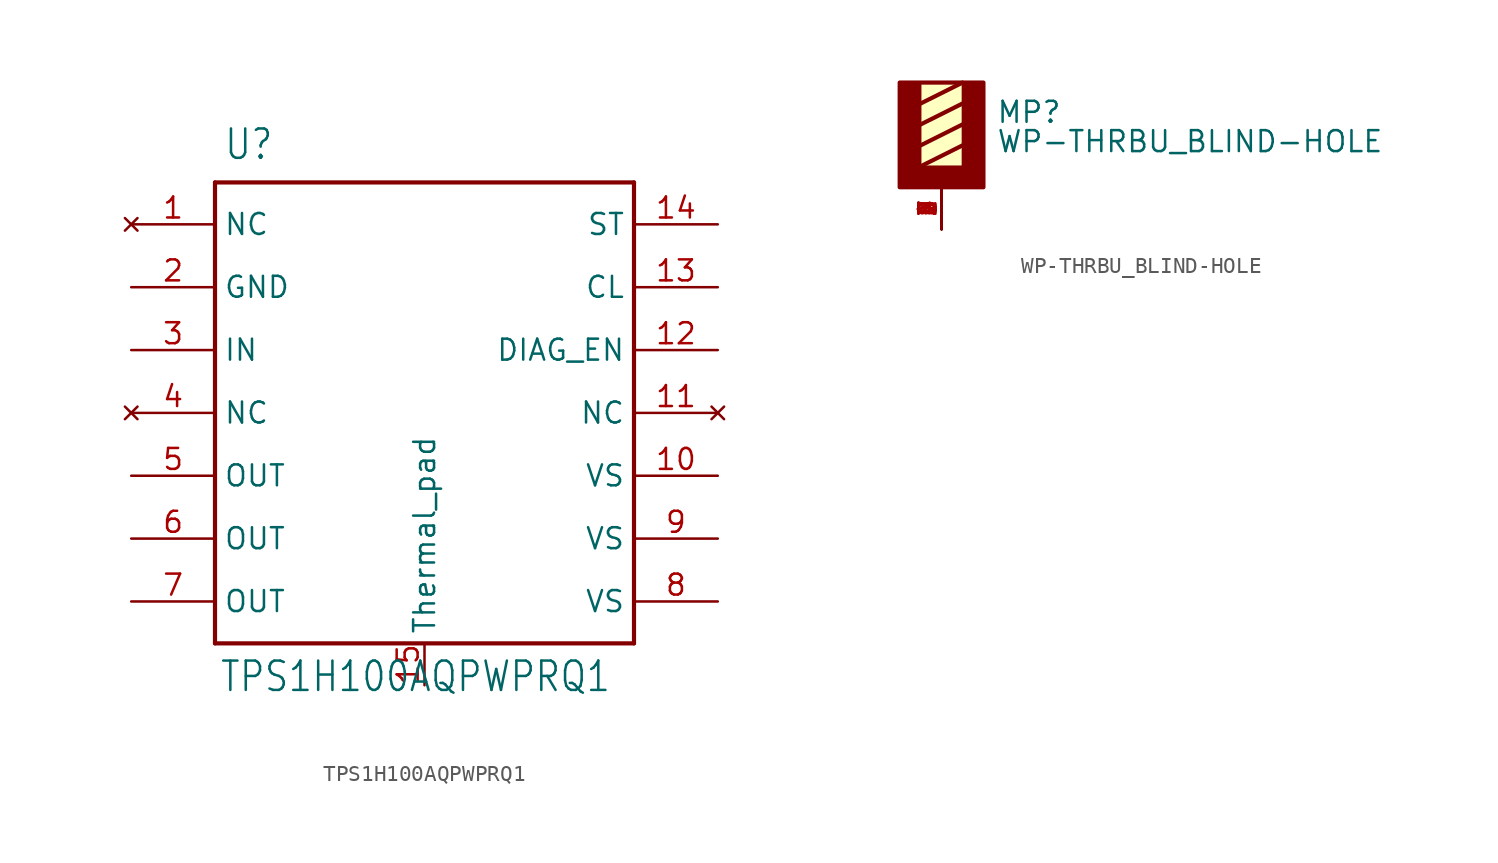
<source format=kicad_sym>
(kicad_symbol_lib
  (version 20231120)
  (generator "kicad_symbol_editor")
  (generator_version "8.0")
  (symbol "TPS1H100AQPWPRQ1"
    (property "Reference" "U"
      (at -12.192 24.13 0)
      (effects (font (size 1.778 1.511)) (justify left bottom)))
    (property "Value" "TPS1H100AQPWPRQ1"
      (at -12.446 -8.128 0)
      (effects (font (size 1.778 1.511)) (justify left bottom)))
    (symbol "TPS1H100AQPWPRQ1_1_0"
      (polyline (pts (xy -12.7 -5.08) (xy -12.7 22.86)) (stroke (width 0.254) (type solid)) (fill (type none)))
      (polyline (pts (xy -12.7 22.86) (xy 12.7 22.86)) (stroke (width 0.254) (type solid)) (fill (type none)))
      (polyline (pts (xy 12.7 -5.08) (xy -12.7 -5.08)) (stroke (width 0.254) (type solid)) (fill (type none)))
      (polyline (pts (xy 12.7 22.86) (xy 12.7 -5.08)) (stroke (width 0.254) (type solid)) (fill (type none)))
      (pin power_in line (at 17.78 5.08 180) (length 5.08) (name "VS" (effects (font (size 1.27 1.27)))) (number "10" (effects (font (size 1.27 1.27)))))
      (pin no_connect line (at 17.78 8.89 180) (length 5.08) (name "NC" (effects (font (size 1.27 1.27)))) (number "11" (effects (font (size 1.27 1.27)))))
      (pin input line (at 17.78 12.7 180) (length 5.08) (name "DIAG_EN" (effects (font (size 1.27 1.27)))) (number "12" (effects (font (size 1.27 1.27)))))
      (pin input line (at 17.78 16.51 180) (length 5.08) (name "CL" (effects (font (size 1.27 1.27)))) (number "13" (effects (font (size 1.27 1.27)))))
      (pin input line (at 17.78 20.32 180) (length 5.08) (name "ST" (effects (font (size 1.27 1.27)))) (number "14" (effects (font (size 1.27 1.27)))))
      (pin input line (at -17.78 12.7 0) (length 5.08) (name "IN" (effects (font (size 1.27 1.27)))) (number "3" (effects (font (size 1.27 1.27)))))
      (pin power_out line (at -17.78 5.08 0) (length 5.08) (name "OUT" (effects (font (size 1.27 1.27)))) (number "5" (effects (font (size 1.27 1.27)))))
      (pin power_out line (at -17.78 1.27 0) (length 5.08) (name "OUT" (effects (font (size 1.27 1.27)))) (number "6" (effects (font (size 1.27 1.27)))))
      (pin power_out line (at -17.78 -2.54 0) (length 5.08) (name "OUT" (effects (font (size 1.27 1.27)))) (number "7" (effects (font (size 1.27 1.27)))))
      (pin power_in line (at 17.78 -2.54 180) (length 5.08) (name "VS" (effects (font (size 1.27 1.27)))) (number "8" (effects (font (size 1.27 1.27)))))
      (pin power_in line (at 17.78 1.27 180) (length 5.08) (name "VS" (effects (font (size 1.27 1.27)))) (number "9" (effects (font (size 1.27 1.27))))))
    (symbol "TPS1H100AQPWPRQ1_1_1"
      (pin no_connect line (at -17.78 20.32 0) (length 5.08) (name "NC" (effects (font (size 1.27 1.27)))) (number "1" (effects (font (size 1.27 1.27)))))
      (pin passive line (at 0 -7.62 90) (length 2.54) (name "Thermal_pad" (effects (font (size 1.27 1.27)))) (number "15" (effects (font (size 1.27 1.27)))))
      (pin power_in line (at -17.78 16.51 0) (length 5.08) (name "GND" (effects (font (size 1.27 1.27)))) (number "2" (effects (font (size 1.27 1.27)))))
      (pin no_connect line (at -17.78 8.89 0) (length 5.08) (name "NC" (effects (font (size 1.27 1.27)))) (number "4" (effects (font (size 1.27 1.27)))))))
  (symbol "WP-THRBU_BLIND-HOLE"
    (pin_names
      (offset 1.016))
    (property "Reference" "MP"
      (at 3.302 1.27 0)
      (effects (font (size 1.27 1.27)) (justify left bottom)))
    (property "Value" "WP-THRBU_BLIND-HOLE"
      (at 3.302 -0.508 0)
      (effects (font (size 1.27 1.27)) (justify left bottom)))
    (symbol "WP-THRBU_BLIND-HOLE_0_0"
      (rectangle (start -2.54 -2.54) (end 2.54 -1.27) (stroke (width 0.1) (type default)) (fill (type outline)))
      (rectangle (start -2.54 -2.54) (end 2.54 3.81) (stroke (width 0.254) (type default)) (fill (type background)))
      (rectangle (start -2.54 -1.27) (end -1.27 3.81) (stroke (width 0.1) (type default)) (fill (type outline)))
      (polyline (pts (xy -1.27 2.54) (xy 1.27 3.81)) (stroke (width 0.254) (type default)) (fill (type none)))
      (polyline (pts (xy 1.27 0) (xy -1.27 -1.27)) (stroke (width 0.254) (type default)) (fill (type none)))
      (polyline (pts (xy 1.27 1.27) (xy -1.27 0)) (stroke (width 0.254) (type default)) (fill (type none)))
      (polyline (pts (xy 1.27 2.54) (xy -1.27 1.27)) (stroke (width 0.254) (type default)) (fill (type none)))
      (rectangle (start 1.27 -1.27) (end 2.54 3.81) (stroke (width 0.1) (type default)) (fill (type outline)))
      (pin passive line (at 0 -5.08 90) (length 2.54) (name "~" (effects (font (size 1.016 1.016)))) (number "1" (effects (font (size 1.016 1.016)))))
      (pin passive line (at 0 -5.08 90) (length 2.54) (name "~" (effects (font (size 1.016 1.016)))) (number "2" (effects (font (size 1.016 1.016)))))
      (pin passive line (at 0 -5.08 90) (length 2.54) (name "~" (effects (font (size 1.016 1.016)))) (number "3" (effects (font (size 1.016 1.016)))))
      (pin passive line (at 0 -5.08 90) (length 2.54) (name "~" (effects (font (size 1.016 1.016)))) (number "4" (effects (font (size 1.016 1.016)))))
      (pin passive line (at 0 -5.08 90) (length 2.54) (name "~" (effects (font (size 1.016 1.016)))) (number "5" (effects (font (size 1.016 1.016)))))
      (pin passive line (at 0 -5.08 90) (length 2.54) (name "~" (effects (font (size 1.016 1.016)))) (number "6" (effects (font (size 1.016 1.016)))))
      (pin passive line (at 0 -5.08 90) (length 2.54) (name "~" (effects (font (size 1.016 1.016)))) (number "7" (effects (font (size 1.016 1.016)))))
      (pin passive line (at 0 -5.08 90) (length 2.54) (name "~" (effects (font (size 1.016 1.016)))) (number "8" (effects (font (size 1.016 1.016)))))
      (pin passive line (at 0 -5.08 90) (length 2.54) (name "~" (effects (font (size 1.016 1.016)))) (number "9" (effects (font (size 1.016 1.016))))))))
</source>
